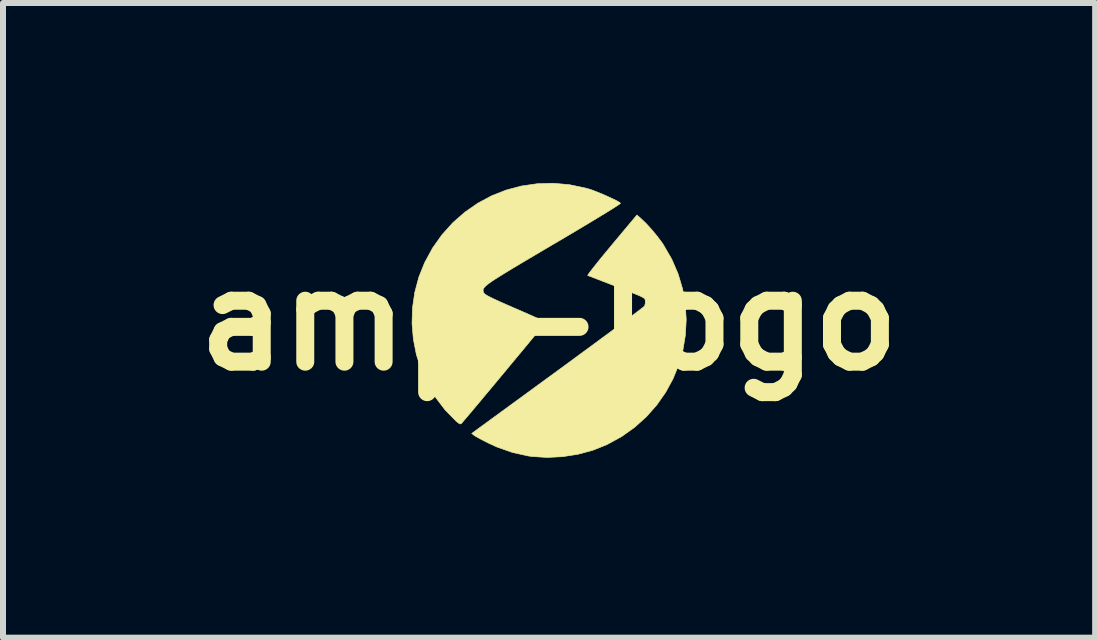
<source format=kicad_pcb>
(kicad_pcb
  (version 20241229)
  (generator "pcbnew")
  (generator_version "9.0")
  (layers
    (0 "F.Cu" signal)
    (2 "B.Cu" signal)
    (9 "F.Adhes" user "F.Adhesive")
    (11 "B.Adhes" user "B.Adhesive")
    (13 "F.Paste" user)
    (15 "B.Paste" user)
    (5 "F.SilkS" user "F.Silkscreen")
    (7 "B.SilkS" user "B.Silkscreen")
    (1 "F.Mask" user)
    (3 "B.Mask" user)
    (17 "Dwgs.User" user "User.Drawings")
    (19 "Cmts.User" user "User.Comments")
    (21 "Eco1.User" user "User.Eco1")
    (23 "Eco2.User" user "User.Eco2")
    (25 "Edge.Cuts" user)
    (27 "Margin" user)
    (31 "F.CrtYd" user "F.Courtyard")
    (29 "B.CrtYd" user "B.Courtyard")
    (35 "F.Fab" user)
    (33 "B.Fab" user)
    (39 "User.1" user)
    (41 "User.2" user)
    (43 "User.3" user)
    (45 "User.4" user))
  (footprint "amp-logo"
    (layer "F.Cu")
    (at 6.103 2.29)
    (property "Reference" "amp-logo" (at 0 0 0) (layer "F.SilkS") (effects (font (size 1.524 1.524) (thickness 0.3))))
    (attr through_hole)
    (fp_poly (pts (xy 1.532 -1.697) (xy 1.62 -1.613) (xy 1.714 -1.509) (xy 1.807 -1.397) (xy 1.889 -1.287) (xy 1.908 -1.257) (xy 2.046 -1.019) (xy 2.152 -0.773) (xy 2.227 -0.521) (xy 2.271 -0.266) (xy 2.287 -0.01) (xy 2.273 0.245) (xy 2.232 0.495) (xy 2.163 0.739) (xy 2.067 0.975) (xy 1.945 1.199) (xy 1.797 1.41) (xy 1.625 1.605) (xy 1.429 1.782) (xy 1.21 1.938) (xy 0.967 2.071) (xy 0.961 2.074) (xy 0.73 2.166) (xy 0.482 2.233) (xy 0.226 2.273) (xy -0.032 2.286) (xy -0.284 2.27) (xy -0.347 2.261) (xy -0.61 2.203) (xy -0.869 2.112) (xy -1.008 2.048) (xy -1.087 2.008) (xy -1.158 1.971) (xy -1.214 1.94) (xy -1.247 1.919) (xy -1.25 1.917) (xy -1.289 1.886) (xy 0.143 0.84) (xy 0.339 0.697) (xy 0.527 0.558) (xy 0.706 0.427) (xy 0.874 0.303) (xy 1.029 0.189) (xy 1.169 0.085) (xy 1.292 -0.007) (xy 1.396 -0.086) (xy 1.481 -0.15) (xy 1.543 -0.198) (xy 1.581 -0.228) (xy 1.593 -0.239) (xy 1.604 -0.28) (xy 1.605 -0.325) (xy 1.603 -0.34) (xy 1.598 -0.353) (xy 1.586 -0.367) (xy 1.564 -0.382) (xy 1.529 -0.4) (xy 1.476 -0.423) (xy 1.404 -0.452) (xy 1.309 -0.49) (xy 1.186 -0.538) (xy 1.131 -0.559) (xy 1.012 -0.606) (xy 0.903 -0.648) (xy 0.808 -0.685) (xy 0.731 -0.715) (xy 0.676 -0.736) (xy 0.647 -0.747) (xy 0.644 -0.748) (xy 0.651 -0.761) (xy 0.677 -0.798) (xy 0.721 -0.855) (xy 0.78 -0.93) (xy 0.851 -1.019) (xy 0.934 -1.12) (xy 1.025 -1.229) (xy 1.046 -1.255) (xy 1.465 -1.756) (xy 1.532 -1.697)) (stroke (width 0.01) (type solid)) (fill yes) (layer "F.SilkS"))
    (fp_poly (pts (xy 0.34 -2.261) (xy 0.611 -2.204) (xy 0.652 -2.193) (xy 0.717 -2.172) (xy 0.795 -2.142) (xy 0.88 -2.108) (xy 0.966 -2.07) (xy 1.046 -2.033) (xy 1.115 -2) (xy 1.165 -1.972) (xy 1.19 -1.953) (xy 1.191 -1.951) (xy 1.179 -1.94) (xy 1.139 -1.913) (xy 1.074 -1.871) (xy 0.986 -1.816) (xy 0.876 -1.749) (xy 0.748 -1.671) (xy 0.602 -1.583) (xy 0.441 -1.487) (xy 0.266 -1.383) (xy 0.081 -1.274) (xy 0.08 -1.274) (xy -0.135 -1.147) (xy -0.324 -1.035) (xy -0.486 -0.939) (xy -0.625 -0.856) (xy -0.742 -0.785) (xy -0.838 -0.725) (xy -0.917 -0.675) (xy -0.978 -0.633) (xy -1.025 -0.599) (xy -1.059 -0.57) (xy -1.081 -0.546) (xy -1.094 -0.526) (xy -1.099 -0.507) (xy -1.099 -0.49) (xy -1.094 -0.473) (xy -1.091 -0.462) (xy -1.082 -0.449) (xy -1.064 -0.433) (xy -1.033 -0.413) (xy -0.986 -0.388) (xy -0.92 -0.356) (xy -0.833 -0.316) (xy -0.721 -0.266) (xy -0.581 -0.205) (xy -0.567 -0.199) (xy -0.445 -0.146) (xy -0.333 -0.097) (xy -0.235 -0.053) (xy -0.154 -0.018) (xy -0.095 0.008) (xy -0.06 0.024) (xy -0.053 0.027) (xy -0.063 0.04) (xy -0.092 0.077) (xy -0.139 0.134) (xy -0.201 0.209) (xy -0.276 0.3) (xy -0.361 0.403) (xy -0.455 0.517) (xy -0.556 0.638) (xy -0.661 0.764) (xy -0.767 0.893) (xy -0.874 1.021) (xy -0.978 1.146) (xy -1.078 1.265) (xy -1.171 1.377) (xy -1.255 1.477) (xy -1.328 1.564) (xy -1.388 1.634) (xy -1.432 1.686) (xy -1.458 1.717) (xy -1.463 1.722) (xy -1.481 1.728) (xy -1.51 1.713) (xy -1.551 1.679) (xy -1.735 1.491) (xy -1.894 1.282) (xy -2.027 1.057) (xy -2.133 0.819) (xy -2.212 0.57) (xy -2.262 0.314) (xy -2.284 0.053) (xy -2.276 -0.208) (xy -2.238 -0.468) (xy -2.17 -0.722) (xy -2.074 -0.961) (xy -1.941 -1.206) (xy -1.783 -1.428) (xy -1.604 -1.627) (xy -1.404 -1.802) (xy -1.188 -1.952) (xy -0.957 -2.076) (xy -0.714 -2.172) (xy -0.46 -2.239) (xy -0.198 -2.277) (xy 0.069 -2.285) (xy 0.34 -2.261)) (stroke (width 0.01) (type solid)) (fill yes) (layer "F.SilkS")))
  (gr_rect
    (start -3 -3)
    (end 15.207 7.581)
    (stroke (width 0.1) (type default))
    (fill no)
    (layer "Edge.Cuts")))
</source>
